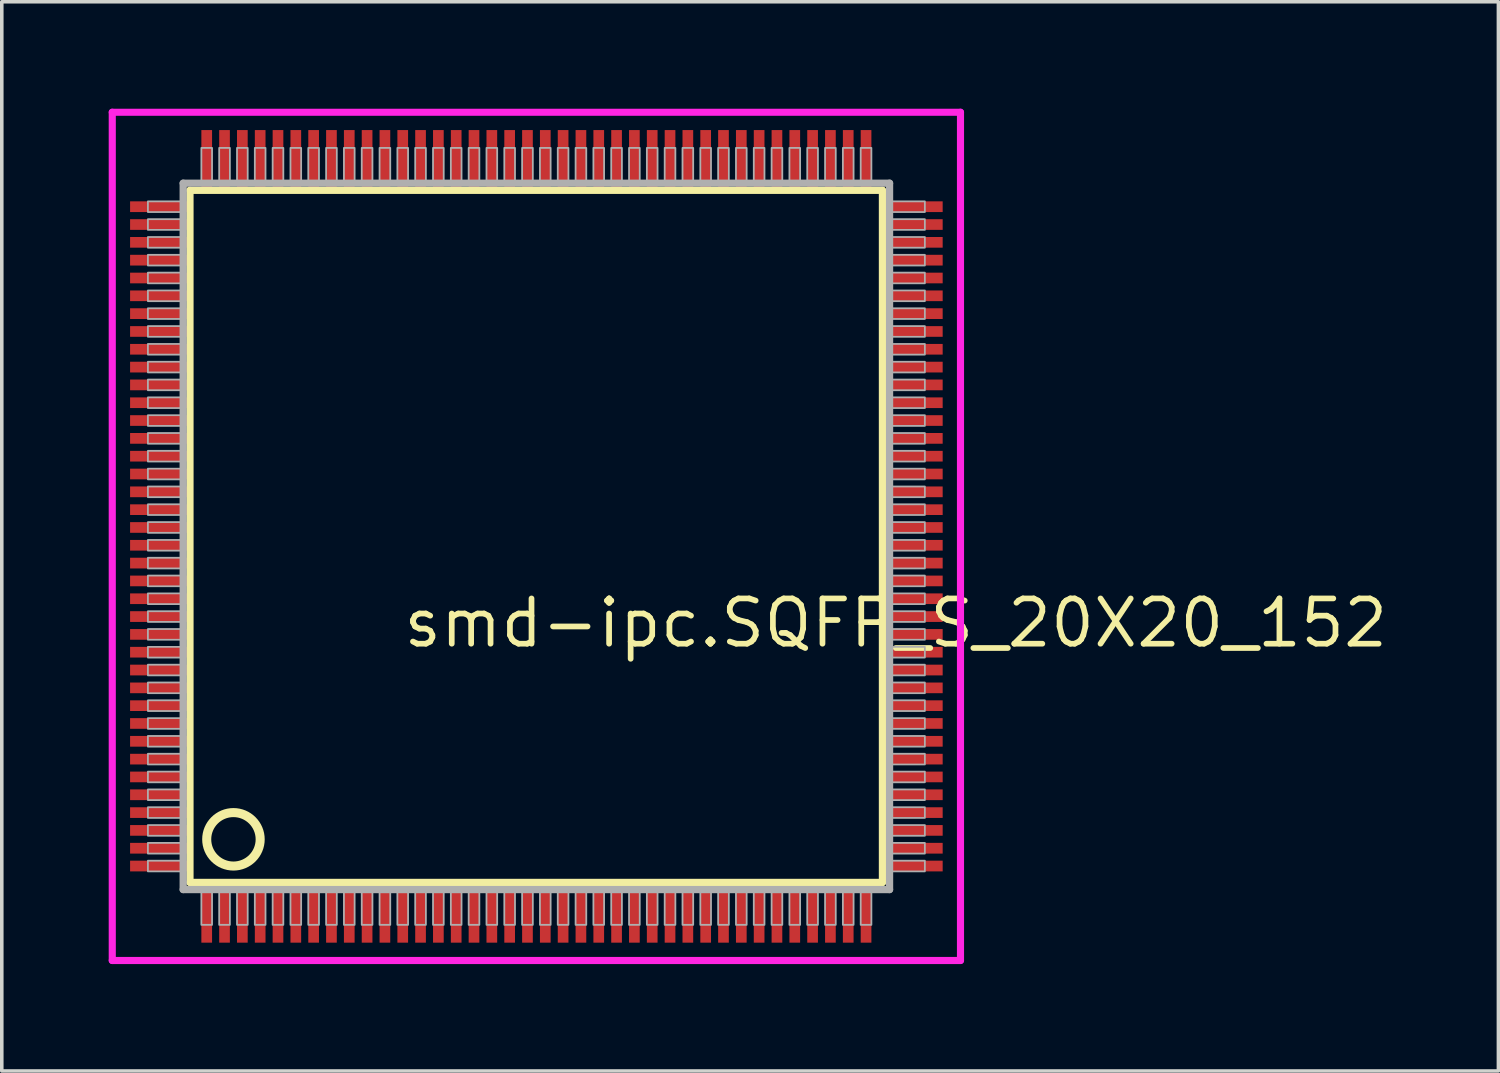
<source format=kicad_pcb>
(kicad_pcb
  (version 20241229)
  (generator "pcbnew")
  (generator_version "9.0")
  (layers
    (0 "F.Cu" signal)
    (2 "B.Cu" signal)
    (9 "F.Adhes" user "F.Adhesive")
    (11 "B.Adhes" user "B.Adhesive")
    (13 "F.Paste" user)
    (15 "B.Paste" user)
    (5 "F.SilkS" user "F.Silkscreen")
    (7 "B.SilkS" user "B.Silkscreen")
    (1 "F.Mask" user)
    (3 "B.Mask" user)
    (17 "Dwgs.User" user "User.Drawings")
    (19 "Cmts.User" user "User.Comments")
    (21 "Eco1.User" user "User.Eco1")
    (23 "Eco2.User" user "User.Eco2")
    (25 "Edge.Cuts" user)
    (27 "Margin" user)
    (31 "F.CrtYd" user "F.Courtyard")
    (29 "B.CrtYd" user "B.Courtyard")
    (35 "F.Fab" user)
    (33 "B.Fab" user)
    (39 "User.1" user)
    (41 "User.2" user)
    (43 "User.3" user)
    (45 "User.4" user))
  (footprint "smd-ipc.SQFP_S_20X20_152"
    (layer "F.Cu")
    (at 12 12)
    (property "Reference" "smd-ipc.SQFP_S_20X20_152" (at -3.81 3.175 0) (layer "F.SilkS") (effects (font (size 1.27 1.27) (thickness 0.16)) (justify left bottom)))
    (attr smd)
    (fp_line (start -9.72 -9.71) (end 9.71 -9.71) (stroke (width 0.203) (type default)) (layer "F.SilkS"))
    (fp_line (start -9.72 9.71) (end -9.72 -9.71) (stroke (width 0.203) (type default)) (layer "F.SilkS"))
    (fp_line (start 9.71 9.71) (end -9.72 9.71) (stroke (width 0.203) (type default)) (layer "F.SilkS"))
    (fp_line (start 9.71 -9.71) (end 9.71 9.71) (stroke (width 0.203) (type default)) (layer "F.SilkS"))
    (fp_circle (center -8.5 8.5) (end -7.75 8.5) (stroke (width 0.254) (type default)) (fill no) (layer "F.SilkS"))
    (fp_line (start -11.9 -11.9) (end 11.9 -11.9) (stroke (width 0.2) (type default)) (layer "F.CrtYd"))
    (fp_line (start -11.9 11.9) (end -11.9 -11.9) (stroke (width 0.2) (type default)) (layer "F.CrtYd"))
    (fp_line (start 11.9 -11.9) (end 11.9 11.9) (stroke (width 0.2) (type default)) (layer "F.CrtYd"))
    (fp_line (start 11.9 11.9) (end -11.9 11.9) (stroke (width 0.2) (type default)) (layer "F.CrtYd"))
    (fp_line (start -9.91 -9.91) (end -9.91 9.91) (stroke (width 0.203) (type default)) (layer "F.Fab"))
    (fp_line (start -9.91 9.91) (end 9.91 9.91) (stroke (width 0.203) (type default)) (layer "F.Fab"))
    (fp_line (start 9.91 -9.91) (end -9.91 -9.91) (stroke (width 0.203) (type default)) (layer "F.Fab"))
    (fp_line (start 9.91 9.91) (end 9.91 -9.91) (stroke (width 0.203) (type default)) (layer "F.Fab"))
    (fp_rect (start -10.9 -9.1) (end -9.95 -9.4) (stroke (width 0.05) (type default)) (fill no) (layer "F.Fab"))
    (fp_rect (start -10.9 -8.6) (end -9.95 -8.9) (stroke (width 0.05) (type default)) (fill no) (layer "F.Fab"))
    (fp_rect (start -10.9 -8.1) (end -9.95 -8.4) (stroke (width 0.05) (type default)) (fill no) (layer "F.Fab"))
    (fp_rect (start -10.9 -7.6) (end -9.95 -7.9) (stroke (width 0.05) (type default)) (fill no) (layer "F.Fab"))
    (fp_rect (start -10.9 -7.1) (end -9.95 -7.4) (stroke (width 0.05) (type default)) (fill no) (layer "F.Fab"))
    (fp_rect (start -10.9 -6.6) (end -9.95 -6.9) (stroke (width 0.05) (type default)) (fill no) (layer "F.Fab"))
    (fp_rect (start -10.9 -6.1) (end -9.95 -6.4) (stroke (width 0.05) (type default)) (fill no) (layer "F.Fab"))
    (fp_rect (start -10.9 -5.6) (end -9.95 -5.9) (stroke (width 0.05) (type default)) (fill no) (layer "F.Fab"))
    (fp_rect (start -10.9 -5.1) (end -9.95 -5.4) (stroke (width 0.05) (type default)) (fill no) (layer "F.Fab"))
    (fp_rect (start -10.9 -4.6) (end -9.95 -4.9) (stroke (width 0.05) (type default)) (fill no) (layer "F.Fab"))
    (fp_rect (start -10.9 -4.1) (end -9.95 -4.4) (stroke (width 0.05) (type default)) (fill no) (layer "F.Fab"))
    (fp_rect (start -10.9 -3.6) (end -9.95 -3.9) (stroke (width 0.05) (type default)) (fill no) (layer "F.Fab"))
    (fp_rect (start -10.9 -3.1) (end -9.95 -3.4) (stroke (width 0.05) (type default)) (fill no) (layer "F.Fab"))
    (fp_rect (start -10.9 -2.6) (end -9.95 -2.9) (stroke (width 0.05) (type default)) (fill no) (layer "F.Fab"))
    (fp_rect (start -10.9 -2.1) (end -9.95 -2.4) (stroke (width 0.05) (type default)) (fill no) (layer "F.Fab"))
    (fp_rect (start -10.9 -1.6) (end -9.95 -1.9) (stroke (width 0.05) (type default)) (fill no) (layer "F.Fab"))
    (fp_rect (start -10.9 -1.1) (end -9.95 -1.4) (stroke (width 0.05) (type default)) (fill no) (layer "F.Fab"))
    (fp_rect (start -10.9 -0.6) (end -9.95 -0.9) (stroke (width 0.05) (type default)) (fill no) (layer "F.Fab"))
    (fp_rect (start -10.9 -0.1) (end -9.95 -0.4) (stroke (width 0.05) (type default)) (fill no) (layer "F.Fab"))
    (fp_rect (start -10.9 0.4) (end -9.95 0.1) (stroke (width 0.05) (type default)) (fill no) (layer "F.Fab"))
    (fp_rect (start -10.9 0.9) (end -9.95 0.6) (stroke (width 0.05) (type default)) (fill no) (layer "F.Fab"))
    (fp_rect (start -10.9 1.4) (end -9.95 1.1) (stroke (width 0.05) (type default)) (fill no) (layer "F.Fab"))
    (fp_rect (start -10.9 1.9) (end -9.95 1.6) (stroke (width 0.05) (type default)) (fill no) (layer "F.Fab"))
    (fp_rect (start -10.9 2.4) (end -9.95 2.1) (stroke (width 0.05) (type default)) (fill no) (layer "F.Fab"))
    (fp_rect (start -10.9 2.9) (end -9.95 2.6) (stroke (width 0.05) (type default)) (fill no) (layer "F.Fab"))
    (fp_rect (start -10.9 3.4) (end -9.95 3.1) (stroke (width 0.05) (type default)) (fill no) (layer "F.Fab"))
    (fp_rect (start -10.9 3.9) (end -9.95 3.6) (stroke (width 0.05) (type default)) (fill no) (layer "F.Fab"))
    (fp_rect (start -10.9 4.4) (end -9.95 4.1) (stroke (width 0.05) (type default)) (fill no) (layer "F.Fab"))
    (fp_rect (start -10.9 4.9) (end -9.95 4.6) (stroke (width 0.05) (type default)) (fill no) (layer "F.Fab"))
    (fp_rect (start -10.9 5.4) (end -9.95 5.1) (stroke (width 0.05) (type default)) (fill no) (layer "F.Fab"))
    (fp_rect (start -10.9 5.9) (end -9.95 5.6) (stroke (width 0.05) (type default)) (fill no) (layer "F.Fab"))
    (fp_rect (start -10.9 6.4) (end -9.95 6.1) (stroke (width 0.05) (type default)) (fill no) (layer "F.Fab"))
    (fp_rect (start -10.9 6.9) (end -9.95 6.6) (stroke (width 0.05) (type default)) (fill no) (layer "F.Fab"))
    (fp_rect (start -10.9 7.4) (end -9.95 7.1) (stroke (width 0.05) (type default)) (fill no) (layer "F.Fab"))
    (fp_rect (start -10.9 7.9) (end -9.95 7.6) (stroke (width 0.05) (type default)) (fill no) (layer "F.Fab"))
    (fp_rect (start -10.9 8.4) (end -9.95 8.1) (stroke (width 0.05) (type default)) (fill no) (layer "F.Fab"))
    (fp_rect (start -10.9 8.9) (end -9.95 8.6) (stroke (width 0.05) (type default)) (fill no) (layer "F.Fab"))
    (fp_rect (start -10.9 9.4) (end -9.95 9.1) (stroke (width 0.05) (type default)) (fill no) (layer "F.Fab"))
    (fp_rect (start -9.4 -9.95) (end -9.1 -10.9) (stroke (width 0.05) (type default)) (fill no) (layer "F.Fab"))
    (fp_rect (start -9.4 10.9) (end -9.1 9.95) (stroke (width 0.05) (type default)) (fill no) (layer "F.Fab"))
    (fp_rect (start -8.9 -9.95) (end -8.6 -10.9) (stroke (width 0.05) (type default)) (fill no) (layer "F.Fab"))
    (fp_rect (start -8.9 10.9) (end -8.6 9.95) (stroke (width 0.05) (type default)) (fill no) (layer "F.Fab"))
    (fp_rect (start -8.4 -9.95) (end -8.1 -10.9) (stroke (width 0.05) (type default)) (fill no) (layer "F.Fab"))
    (fp_rect (start -8.4 10.9) (end -8.1 9.95) (stroke (width 0.05) (type default)) (fill no) (layer "F.Fab"))
    (fp_rect (start -7.9 -9.95) (end -7.6 -10.9) (stroke (width 0.05) (type default)) (fill no) (layer "F.Fab"))
    (fp_rect (start -7.9 10.9) (end -7.6 9.95) (stroke (width 0.05) (type default)) (fill no) (layer "F.Fab"))
    (fp_rect (start -7.4 -9.95) (end -7.1 -10.9) (stroke (width 0.05) (type default)) (fill no) (layer "F.Fab"))
    (fp_rect (start -7.4 10.9) (end -7.1 9.95) (stroke (width 0.05) (type default)) (fill no) (layer "F.Fab"))
    (fp_rect (start -6.9 -9.95) (end -6.6 -10.9) (stroke (width 0.05) (type default)) (fill no) (layer "F.Fab"))
    (fp_rect (start -6.9 10.9) (end -6.6 9.95) (stroke (width 0.05) (type default)) (fill no) (layer "F.Fab"))
    (fp_rect (start -6.4 -9.95) (end -6.1 -10.9) (stroke (width 0.05) (type default)) (fill no) (layer "F.Fab"))
    (fp_rect (start -6.4 10.9) (end -6.1 9.95) (stroke (width 0.05) (type default)) (fill no) (layer "F.Fab"))
    (fp_rect (start -5.9 -9.95) (end -5.6 -10.9) (stroke (width 0.05) (type default)) (fill no) (layer "F.Fab"))
    (fp_rect (start -5.9 10.9) (end -5.6 9.95) (stroke (width 0.05) (type default)) (fill no) (layer "F.Fab"))
    (fp_rect (start -5.4 -9.95) (end -5.1 -10.9) (stroke (width 0.05) (type default)) (fill no) (layer "F.Fab"))
    (fp_rect (start -5.4 10.9) (end -5.1 9.95) (stroke (width 0.05) (type default)) (fill no) (layer "F.Fab"))
    (fp_rect (start -4.9 -9.95) (end -4.6 -10.9) (stroke (width 0.05) (type default)) (fill no) (layer "F.Fab"))
    (fp_rect (start -4.9 10.9) (end -4.6 9.95) (stroke (width 0.05) (type default)) (fill no) (layer "F.Fab"))
    (fp_rect (start -4.4 -9.95) (end -4.1 -10.9) (stroke (width 0.05) (type default)) (fill no) (layer "F.Fab"))
    (fp_rect (start -4.4 10.9) (end -4.1 9.95) (stroke (width 0.05) (type default)) (fill no) (layer "F.Fab"))
    (fp_rect (start -3.9 -9.95) (end -3.6 -10.9) (stroke (width 0.05) (type default)) (fill no) (layer "F.Fab"))
    (fp_rect (start -3.9 10.9) (end -3.6 9.95) (stroke (width 0.05) (type default)) (fill no) (layer "F.Fab"))
    (fp_rect (start -3.4 -9.95) (end -3.1 -10.9) (stroke (width 0.05) (type default)) (fill no) (layer "F.Fab"))
    (fp_rect (start -3.4 10.9) (end -3.1 9.95) (stroke (width 0.05) (type default)) (fill no) (layer "F.Fab"))
    (fp_rect (start -2.9 -9.95) (end -2.6 -10.9) (stroke (width 0.05) (type default)) (fill no) (layer "F.Fab"))
    (fp_rect (start -2.9 10.9) (end -2.6 9.95) (stroke (width 0.05) (type default)) (fill no) (layer "F.Fab"))
    (fp_rect (start -2.4 -9.95) (end -2.1 -10.9) (stroke (width 0.05) (type default)) (fill no) (layer "F.Fab"))
    (fp_rect (start -2.4 10.9) (end -2.1 9.95) (stroke (width 0.05) (type default)) (fill no) (layer "F.Fab"))
    (fp_rect (start -1.9 -9.95) (end -1.6 -10.9) (stroke (width 0.05) (type default)) (fill no) (layer "F.Fab"))
    (fp_rect (start -1.9 10.9) (end -1.6 9.95) (stroke (width 0.05) (type default)) (fill no) (layer "F.Fab"))
    (fp_rect (start -1.4 -9.95) (end -1.1 -10.9) (stroke (width 0.05) (type default)) (fill no) (layer "F.Fab"))
    (fp_rect (start -1.4 10.9) (end -1.1 9.95) (stroke (width 0.05) (type default)) (fill no) (layer "F.Fab"))
    (fp_rect (start -0.9 -9.95) (end -0.6 -10.9) (stroke (width 0.05) (type default)) (fill no) (layer "F.Fab"))
    (fp_rect (start -0.9 10.9) (end -0.6 9.95) (stroke (width 0.05) (type default)) (fill no) (layer "F.Fab"))
    (fp_rect (start -0.4 -9.95) (end -0.1 -10.9) (stroke (width 0.05) (type default)) (fill no) (layer "F.Fab"))
    (fp_rect (start -0.4 10.9) (end -0.1 9.95) (stroke (width 0.05) (type default)) (fill no) (layer "F.Fab"))
    (fp_rect (start 0.1 -9.95) (end 0.4 -10.9) (stroke (width 0.05) (type default)) (fill no) (layer "F.Fab"))
    (fp_rect (start 0.1 10.9) (end 0.4 9.95) (stroke (width 0.05) (type default)) (fill no) (layer "F.Fab"))
    (fp_rect (start 0.6 -9.95) (end 0.9 -10.9) (stroke (width 0.05) (type default)) (fill no) (layer "F.Fab"))
    (fp_rect (start 0.6 10.9) (end 0.9 9.95) (stroke (width 0.05) (type default)) (fill no) (layer "F.Fab"))
    (fp_rect (start 1.1 -9.95) (end 1.4 -10.9) (stroke (width 0.05) (type default)) (fill no) (layer "F.Fab"))
    (fp_rect (start 1.1 10.9) (end 1.4 9.95) (stroke (width 0.05) (type default)) (fill no) (layer "F.Fab"))
    (fp_rect (start 1.6 -9.95) (end 1.9 -10.9) (stroke (width 0.05) (type default)) (fill no) (layer "F.Fab"))
    (fp_rect (start 1.6 10.9) (end 1.9 9.95) (stroke (width 0.05) (type default)) (fill no) (layer "F.Fab"))
    (fp_rect (start 2.1 -9.95) (end 2.4 -10.9) (stroke (width 0.05) (type default)) (fill no) (layer "F.Fab"))
    (fp_rect (start 2.1 10.9) (end 2.4 9.95) (stroke (width 0.05) (type default)) (fill no) (layer "F.Fab"))
    (fp_rect (start 2.6 -9.95) (end 2.9 -10.9) (stroke (width 0.05) (type default)) (fill no) (layer "F.Fab"))
    (fp_rect (start 2.6 10.9) (end 2.9 9.95) (stroke (width 0.05) (type default)) (fill no) (layer "F.Fab"))
    (fp_rect (start 3.1 -9.95) (end 3.4 -10.9) (stroke (width 0.05) (type default)) (fill no) (layer "F.Fab"))
    (fp_rect (start 3.1 10.9) (end 3.4 9.95) (stroke (width 0.05) (type default)) (fill no) (layer "F.Fab"))
    (fp_rect (start 3.6 -9.95) (end 3.9 -10.9) (stroke (width 0.05) (type default)) (fill no) (layer "F.Fab"))
    (fp_rect (start 3.6 10.9) (end 3.9 9.95) (stroke (width 0.05) (type default)) (fill no) (layer "F.Fab"))
    (fp_rect (start 4.1 -9.95) (end 4.4 -10.9) (stroke (width 0.05) (type default)) (fill no) (layer "F.Fab"))
    (fp_rect (start 4.1 10.9) (end 4.4 9.95) (stroke (width 0.05) (type default)) (fill no) (layer "F.Fab"))
    (fp_rect (start 4.6 -9.95) (end 4.9 -10.9) (stroke (width 0.05) (type default)) (fill no) (layer "F.Fab"))
    (fp_rect (start 4.6 10.9) (end 4.9 9.95) (stroke (width 0.05) (type default)) (fill no) (layer "F.Fab"))
    (fp_rect (start 5.1 -9.95) (end 5.4 -10.9) (stroke (width 0.05) (type default)) (fill no) (layer "F.Fab"))
    (fp_rect (start 5.1 10.9) (end 5.4 9.95) (stroke (width 0.05) (type default)) (fill no) (layer "F.Fab"))
    (fp_rect (start 5.6 -9.95) (end 5.9 -10.9) (stroke (width 0.05) (type default)) (fill no) (layer "F.Fab"))
    (fp_rect (start 5.6 10.9) (end 5.9 9.95) (stroke (width 0.05) (type default)) (fill no) (layer "F.Fab"))
    (fp_rect (start 6.1 -9.95) (end 6.4 -10.9) (stroke (width 0.05) (type default)) (fill no) (layer "F.Fab"))
    (fp_rect (start 6.1 10.9) (end 6.4 9.95) (stroke (width 0.05) (type default)) (fill no) (layer "F.Fab"))
    (fp_rect (start 6.6 -9.95) (end 6.9 -10.9) (stroke (width 0.05) (type default)) (fill no) (layer "F.Fab"))
    (fp_rect (start 6.6 10.9) (end 6.9 9.95) (stroke (width 0.05) (type default)) (fill no) (layer "F.Fab"))
    (fp_rect (start 7.1 -9.95) (end 7.4 -10.9) (stroke (width 0.05) (type default)) (fill no) (layer "F.Fab"))
    (fp_rect (start 7.1 10.9) (end 7.4 9.95) (stroke (width 0.05) (type default)) (fill no) (layer "F.Fab"))
    (fp_rect (start 7.6 -9.95) (end 7.9 -10.9) (stroke (width 0.05) (type default)) (fill no) (layer "F.Fab"))
    (fp_rect (start 7.6 10.9) (end 7.9 9.95) (stroke (width 0.05) (type default)) (fill no) (layer "F.Fab"))
    (fp_rect (start 8.1 -9.95) (end 8.4 -10.9) (stroke (width 0.05) (type default)) (fill no) (layer "F.Fab"))
    (fp_rect (start 8.1 10.9) (end 8.4 9.95) (stroke (width 0.05) (type default)) (fill no) (layer "F.Fab"))
    (fp_rect (start 8.6 -9.95) (end 8.9 -10.9) (stroke (width 0.05) (type default)) (fill no) (layer "F.Fab"))
    (fp_rect (start 8.6 10.9) (end 8.9 9.95) (stroke (width 0.05) (type default)) (fill no) (layer "F.Fab"))
    (fp_rect (start 9.1 -9.95) (end 9.4 -10.9) (stroke (width 0.05) (type default)) (fill no) (layer "F.Fab"))
    (fp_rect (start 9.1 10.9) (end 9.4 9.95) (stroke (width 0.05) (type default)) (fill no) (layer "F.Fab"))
    (fp_rect (start 9.95 -9.1) (end 10.9 -9.4) (stroke (width 0.05) (type default)) (fill no) (layer "F.Fab"))
    (fp_rect (start 9.95 -8.6) (end 10.9 -8.9) (stroke (width 0.05) (type default)) (fill no) (layer "F.Fab"))
    (fp_rect (start 9.95 -8.1) (end 10.9 -8.4) (stroke (width 0.05) (type default)) (fill no) (layer "F.Fab"))
    (fp_rect (start 9.95 -7.6) (end 10.9 -7.9) (stroke (width 0.05) (type default)) (fill no) (layer "F.Fab"))
    (fp_rect (start 9.95 -7.1) (end 10.9 -7.4) (stroke (width 0.05) (type default)) (fill no) (layer "F.Fab"))
    (fp_rect (start 9.95 -6.6) (end 10.9 -6.9) (stroke (width 0.05) (type default)) (fill no) (layer "F.Fab"))
    (fp_rect (start 9.95 -6.1) (end 10.9 -6.4) (stroke (width 0.05) (type default)) (fill no) (layer "F.Fab"))
    (fp_rect (start 9.95 -5.6) (end 10.9 -5.9) (stroke (width 0.05) (type default)) (fill no) (layer "F.Fab"))
    (fp_rect (start 9.95 -5.1) (end 10.9 -5.4) (stroke (width 0.05) (type default)) (fill no) (layer "F.Fab"))
    (fp_rect (start 9.95 -4.6) (end 10.9 -4.9) (stroke (width 0.05) (type default)) (fill no) (layer "F.Fab"))
    (fp_rect (start 9.95 -4.1) (end 10.9 -4.4) (stroke (width 0.05) (type default)) (fill no) (layer "F.Fab"))
    (fp_rect (start 9.95 -3.6) (end 10.9 -3.9) (stroke (width 0.05) (type default)) (fill no) (layer "F.Fab"))
    (fp_rect (start 9.95 -3.1) (end 10.9 -3.4) (stroke (width 0.05) (type default)) (fill no) (layer "F.Fab"))
    (fp_rect (start 9.95 -2.6) (end 10.9 -2.9) (stroke (width 0.05) (type default)) (fill no) (layer "F.Fab"))
    (fp_rect (start 9.95 -2.1) (end 10.9 -2.4) (stroke (width 0.05) (type default)) (fill no) (layer "F.Fab"))
    (fp_rect (start 9.95 -1.6) (end 10.9 -1.9) (stroke (width 0.05) (type default)) (fill no) (layer "F.Fab"))
    (fp_rect (start 9.95 -1.1) (end 10.9 -1.4) (stroke (width 0.05) (type default)) (fill no) (layer "F.Fab"))
    (fp_rect (start 9.95 -0.6) (end 10.9 -0.9) (stroke (width 0.05) (type default)) (fill no) (layer "F.Fab"))
    (fp_rect (start 9.95 -0.1) (end 10.9 -0.4) (stroke (width 0.05) (type default)) (fill no) (layer "F.Fab"))
    (fp_rect (start 9.95 0.4) (end 10.9 0.1) (stroke (width 0.05) (type default)) (fill no) (layer "F.Fab"))
    (fp_rect (start 9.95 0.9) (end 10.9 0.6) (stroke (width 0.05) (type default)) (fill no) (layer "F.Fab"))
    (fp_rect (start 9.95 1.4) (end 10.9 1.1) (stroke (width 0.05) (type default)) (fill no) (layer "F.Fab"))
    (fp_rect (start 9.95 1.9) (end 10.9 1.6) (stroke (width 0.05) (type default)) (fill no) (layer "F.Fab"))
    (fp_rect (start 9.95 2.4) (end 10.9 2.1) (stroke (width 0.05) (type default)) (fill no) (layer "F.Fab"))
    (fp_rect (start 9.95 2.9) (end 10.9 2.6) (stroke (width 0.05) (type default)) (fill no) (layer "F.Fab"))
    (fp_rect (start 9.95 3.4) (end 10.9 3.1) (stroke (width 0.05) (type default)) (fill no) (layer "F.Fab"))
    (fp_rect (start 9.95 3.9) (end 10.9 3.6) (stroke (width 0.05) (type default)) (fill no) (layer "F.Fab"))
    (fp_rect (start 9.95 4.4) (end 10.9 4.1) (stroke (width 0.05) (type default)) (fill no) (layer "F.Fab"))
    (fp_rect (start 9.95 4.9) (end 10.9 4.6) (stroke (width 0.05) (type default)) (fill no) (layer "F.Fab"))
    (fp_rect (start 9.95 5.4) (end 10.9 5.1) (stroke (width 0.05) (type default)) (fill no) (layer "F.Fab"))
    (fp_rect (start 9.95 5.9) (end 10.9 5.6) (stroke (width 0.05) (type default)) (fill no) (layer "F.Fab"))
    (fp_rect (start 9.95 6.4) (end 10.9 6.1) (stroke (width 0.05) (type default)) (fill no) (layer "F.Fab"))
    (fp_rect (start 9.95 6.9) (end 10.9 6.6) (stroke (width 0.05) (type default)) (fill no) (layer "F.Fab"))
    (fp_rect (start 9.95 7.4) (end 10.9 7.1) (stroke (width 0.05) (type default)) (fill no) (layer "F.Fab"))
    (fp_rect (start 9.95 7.9) (end 10.9 7.6) (stroke (width 0.05) (type default)) (fill no) (layer "F.Fab"))
    (fp_rect (start 9.95 8.4) (end 10.9 8.1) (stroke (width 0.05) (type default)) (fill no) (layer "F.Fab"))
    (fp_rect (start 9.95 8.9) (end 10.9 8.6) (stroke (width 0.05) (type default)) (fill no) (layer "F.Fab"))
    (fp_rect (start 9.95 9.4) (end 10.9 9.1) (stroke (width 0.05) (type default)) (fill no) (layer "F.Fab"))
    (pad "1" smd roundrect (at -9.25 10.6) (size 0.3 1.6) (layers "F.Cu" "F.Mask" "F.Paste") (roundrect_rratio 0.01))
    (pad "2" smd roundrect (at -8.75 10.6) (size 0.3 1.6) (layers "F.Cu" "F.Mask" "F.Paste") (roundrect_rratio 0.01))
    (pad "3" smd roundrect (at -8.25 10.6) (size 0.3 1.6) (layers "F.Cu" "F.Mask" "F.Paste") (roundrect_rratio 0.01))
    (pad "4" smd roundrect (at -7.75 10.6) (size 0.3 1.6) (layers "F.Cu" "F.Mask" "F.Paste") (roundrect_rratio 0.01))
    (pad "5" smd roundrect (at -7.25 10.6) (size 0.3 1.6) (layers "F.Cu" "F.Mask" "F.Paste") (roundrect_rratio 0.01))
    (pad "6" smd roundrect (at -6.75 10.6) (size 0.3 1.6) (layers "F.Cu" "F.Mask" "F.Paste") (roundrect_rratio 0.01))
    (pad "7" smd roundrect (at -6.25 10.6) (size 0.3 1.6) (layers "F.Cu" "F.Mask" "F.Paste") (roundrect_rratio 0.01))
    (pad "8" smd roundrect (at -5.75 10.6) (size 0.3 1.6) (layers "F.Cu" "F.Mask" "F.Paste") (roundrect_rratio 0.01))
    (pad "9" smd roundrect (at -5.25 10.6) (size 0.3 1.6) (layers "F.Cu" "F.Mask" "F.Paste") (roundrect_rratio 0.01))
    (pad "10" smd roundrect (at -4.75 10.6) (size 0.3 1.6) (layers "F.Cu" "F.Mask" "F.Paste") (roundrect_rratio 0.01))
    (pad "11" smd roundrect (at -4.25 10.6) (size 0.3 1.6) (layers "F.Cu" "F.Mask" "F.Paste") (roundrect_rratio 0.01))
    (pad "12" smd roundrect (at -3.75 10.6) (size 0.3 1.6) (layers "F.Cu" "F.Mask" "F.Paste") (roundrect_rratio 0.01))
    (pad "13" smd roundrect (at -3.25 10.6) (size 0.3 1.6) (layers "F.Cu" "F.Mask" "F.Paste") (roundrect_rratio 0.01))
    (pad "14" smd roundrect (at -2.75 10.6) (size 0.3 1.6) (layers "F.Cu" "F.Mask" "F.Paste") (roundrect_rratio 0.01))
    (pad "15" smd roundrect (at -2.25 10.6) (size 0.3 1.6) (layers "F.Cu" "F.Mask" "F.Paste") (roundrect_rratio 0.01))
    (pad "16" smd roundrect (at -1.75 10.6) (size 0.3 1.6) (layers "F.Cu" "F.Mask" "F.Paste") (roundrect_rratio 0.01))
    (pad "17" smd roundrect (at -1.25 10.6) (size 0.3 1.6) (layers "F.Cu" "F.Mask" "F.Paste") (roundrect_rratio 0.01))
    (pad "18" smd roundrect (at -0.75 10.6) (size 0.3 1.6) (layers "F.Cu" "F.Mask" "F.Paste") (roundrect_rratio 0.01))
    (pad "19" smd roundrect (at -0.25 10.6) (size 0.3 1.6) (layers "F.Cu" "F.Mask" "F.Paste") (roundrect_rratio 0.01))
    (pad "20" smd roundrect (at 0.25 10.6) (size 0.3 1.6) (layers "F.Cu" "F.Mask" "F.Paste") (roundrect_rratio 0.01))
    (pad "21" smd roundrect (at 0.75 10.6) (size 0.3 1.6) (layers "F.Cu" "F.Mask" "F.Paste") (roundrect_rratio 0.01))
    (pad "22" smd roundrect (at 1.25 10.6) (size 0.3 1.6) (layers "F.Cu" "F.Mask" "F.Paste") (roundrect_rratio 0.01))
    (pad "23" smd roundrect (at 1.75 10.6) (size 0.3 1.6) (layers "F.Cu" "F.Mask" "F.Paste") (roundrect_rratio 0.01))
    (pad "24" smd roundrect (at 2.25 10.6) (size 0.3 1.6) (layers "F.Cu" "F.Mask" "F.Paste") (roundrect_rratio 0.01))
    (pad "25" smd roundrect (at 2.75 10.6) (size 0.3 1.6) (layers "F.Cu" "F.Mask" "F.Paste") (roundrect_rratio 0.01))
    (pad "26" smd roundrect (at 3.25 10.6) (size 0.3 1.6) (layers "F.Cu" "F.Mask" "F.Paste") (roundrect_rratio 0.01))
    (pad "27" smd roundrect (at 3.75 10.6) (size 0.3 1.6) (layers "F.Cu" "F.Mask" "F.Paste") (roundrect_rratio 0.01))
    (pad "28" smd roundrect (at 4.25 10.6) (size 0.3 1.6) (layers "F.Cu" "F.Mask" "F.Paste") (roundrect_rratio 0.01))
    (pad "29" smd roundrect (at 4.75 10.6) (size 0.3 1.6) (layers "F.Cu" "F.Mask" "F.Paste") (roundrect_rratio 0.01))
    (pad "30" smd roundrect (at 5.25 10.6) (size 0.3 1.6) (layers "F.Cu" "F.Mask" "F.Paste") (roundrect_rratio 0.01))
    (pad "31" smd roundrect (at 5.75 10.6) (size 0.3 1.6) (layers "F.Cu" "F.Mask" "F.Paste") (roundrect_rratio 0.01))
    (pad "32" smd roundrect (at 6.25 10.6) (size 0.3 1.6) (layers "F.Cu" "F.Mask" "F.Paste") (roundrect_rratio 0.01))
    (pad "33" smd roundrect (at 6.75 10.6) (size 0.3 1.6) (layers "F.Cu" "F.Mask" "F.Paste") (roundrect_rratio 0.01))
    (pad "34" smd roundrect (at 7.25 10.6) (size 0.3 1.6) (layers "F.Cu" "F.Mask" "F.Paste") (roundrect_rratio 0.01))
    (pad "35" smd roundrect (at 7.75 10.6) (size 0.3 1.6) (layers "F.Cu" "F.Mask" "F.Paste") (roundrect_rratio 0.01))
    (pad "36" smd roundrect (at 8.25 10.6) (size 0.3 1.6) (layers "F.Cu" "F.Mask" "F.Paste") (roundrect_rratio 0.01))
    (pad "37" smd roundrect (at 8.75 10.6) (size 0.3 1.6) (layers "F.Cu" "F.Mask" "F.Paste") (roundrect_rratio 0.01))
    (pad "38" smd roundrect (at 9.25 10.6) (size 0.3 1.6) (layers "F.Cu" "F.Mask" "F.Paste") (roundrect_rratio 0.01))
    (pad "39" smd roundrect (at 10.6 9.25) (size 1.6 0.3) (layers "F.Cu" "F.Mask" "F.Paste") (roundrect_rratio 0.01))
    (pad "40" smd roundrect (at 10.6 8.75) (size 1.6 0.3) (layers "F.Cu" "F.Mask" "F.Paste") (roundrect_rratio 0.01))
    (pad "41" smd roundrect (at 10.6 8.25) (size 1.6 0.3) (layers "F.Cu" "F.Mask" "F.Paste") (roundrect_rratio 0.01))
    (pad "42" smd roundrect (at 10.6 7.75) (size 1.6 0.3) (layers "F.Cu" "F.Mask" "F.Paste") (roundrect_rratio 0.01))
    (pad "43" smd roundrect (at 10.6 7.25) (size 1.6 0.3) (layers "F.Cu" "F.Mask" "F.Paste") (roundrect_rratio 0.01))
    (pad "44" smd roundrect (at 10.6 6.75) (size 1.6 0.3) (layers "F.Cu" "F.Mask" "F.Paste") (roundrect_rratio 0.01))
    (pad "45" smd roundrect (at 10.6 6.25) (size 1.6 0.3) (layers "F.Cu" "F.Mask" "F.Paste") (roundrect_rratio 0.01))
    (pad "46" smd roundrect (at 10.6 5.75) (size 1.6 0.3) (layers "F.Cu" "F.Mask" "F.Paste") (roundrect_rratio 0.01))
    (pad "47" smd roundrect (at 10.6 5.25) (size 1.6 0.3) (layers "F.Cu" "F.Mask" "F.Paste") (roundrect_rratio 0.01))
    (pad "48" smd roundrect (at 10.6 4.75) (size 1.6 0.3) (layers "F.Cu" "F.Mask" "F.Paste") (roundrect_rratio 0.01))
    (pad "49" smd roundrect (at 10.6 4.25) (size 1.6 0.3) (layers "F.Cu" "F.Mask" "F.Paste") (roundrect_rratio 0.01))
    (pad "50" smd roundrect (at 10.6 3.75) (size 1.6 0.3) (layers "F.Cu" "F.Mask" "F.Paste") (roundrect_rratio 0.01))
    (pad "51" smd roundrect (at 10.6 3.25) (size 1.6 0.3) (layers "F.Cu" "F.Mask" "F.Paste") (roundrect_rratio 0.01))
    (pad "52" smd roundrect (at 10.6 2.75) (size 1.6 0.3) (layers "F.Cu" "F.Mask" "F.Paste") (roundrect_rratio 0.01))
    (pad "53" smd roundrect (at 10.6 2.25) (size 1.6 0.3) (layers "F.Cu" "F.Mask" "F.Paste") (roundrect_rratio 0.01))
    (pad "54" smd roundrect (at 10.6 1.75) (size 1.6 0.3) (layers "F.Cu" "F.Mask" "F.Paste") (roundrect_rratio 0.01))
    (pad "55" smd roundrect (at 10.6 1.25) (size 1.6 0.3) (layers "F.Cu" "F.Mask" "F.Paste") (roundrect_rratio 0.01))
    (pad "56" smd roundrect (at 10.6 0.75) (size 1.6 0.3) (layers "F.Cu" "F.Mask" "F.Paste") (roundrect_rratio 0.01))
    (pad "57" smd roundrect (at 10.6 0.25) (size 1.6 0.3) (layers "F.Cu" "F.Mask" "F.Paste") (roundrect_rratio 0.01))
    (pad "58" smd roundrect (at 10.6 -0.25) (size 1.6 0.3) (layers "F.Cu" "F.Mask" "F.Paste") (roundrect_rratio 0.01))
    (pad "59" smd roundrect (at 10.6 -0.75) (size 1.6 0.3) (layers "F.Cu" "F.Mask" "F.Paste") (roundrect_rratio 0.01))
    (pad "60" smd roundrect (at 10.6 -1.25) (size 1.6 0.3) (layers "F.Cu" "F.Mask" "F.Paste") (roundrect_rratio 0.01))
    (pad "61" smd roundrect (at 10.6 -1.75) (size 1.6 0.3) (layers "F.Cu" "F.Mask" "F.Paste") (roundrect_rratio 0.01))
    (pad "62" smd roundrect (at 10.6 -2.25) (size 1.6 0.3) (layers "F.Cu" "F.Mask" "F.Paste") (roundrect_rratio 0.01))
    (pad "63" smd roundrect (at 10.6 -2.75) (size 1.6 0.3) (layers "F.Cu" "F.Mask" "F.Paste") (roundrect_rratio 0.01))
    (pad "64" smd roundrect (at 10.6 -3.25) (size 1.6 0.3) (layers "F.Cu" "F.Mask" "F.Paste") (roundrect_rratio 0.01))
    (pad "65" smd roundrect (at 10.6 -3.75) (size 1.6 0.3) (layers "F.Cu" "F.Mask" "F.Paste") (roundrect_rratio 0.01))
    (pad "66" smd roundrect (at 10.6 -4.25) (size 1.6 0.3) (layers "F.Cu" "F.Mask" "F.Paste") (roundrect_rratio 0.01))
    (pad "67" smd roundrect (at 10.6 -4.75) (size 1.6 0.3) (layers "F.Cu" "F.Mask" "F.Paste") (roundrect_rratio 0.01))
    (pad "68" smd roundrect (at 10.6 -5.25) (size 1.6 0.3) (layers "F.Cu" "F.Mask" "F.Paste") (roundrect_rratio 0.01))
    (pad "69" smd roundrect (at 10.6 -5.75) (size 1.6 0.3) (layers "F.Cu" "F.Mask" "F.Paste") (roundrect_rratio 0.01))
    (pad "70" smd roundrect (at 10.6 -6.25) (size 1.6 0.3) (layers "F.Cu" "F.Mask" "F.Paste") (roundrect_rratio 0.01))
    (pad "71" smd roundrect (at 10.6 -6.75) (size 1.6 0.3) (layers "F.Cu" "F.Mask" "F.Paste") (roundrect_rratio 0.01))
    (pad "72" smd roundrect (at 10.6 -7.25) (size 1.6 0.3) (layers "F.Cu" "F.Mask" "F.Paste") (roundrect_rratio 0.01))
    (pad "73" smd roundrect (at 10.6 -7.75) (size 1.6 0.3) (layers "F.Cu" "F.Mask" "F.Paste") (roundrect_rratio 0.01))
    (pad "74" smd roundrect (at 10.6 -8.25) (size 1.6 0.3) (layers "F.Cu" "F.Mask" "F.Paste") (roundrect_rratio 0.01))
    (pad "75" smd roundrect (at 10.6 -8.75) (size 1.6 0.3) (layers "F.Cu" "F.Mask" "F.Paste") (roundrect_rratio 0.01))
    (pad "76" smd roundrect (at 10.6 -9.25) (size 1.6 0.3) (layers "F.Cu" "F.Mask" "F.Paste") (roundrect_rratio 0.01))
    (pad "77" smd roundrect (at 9.25 -10.6) (size 0.3 1.6) (layers "F.Cu" "F.Mask" "F.Paste") (roundrect_rratio 0.01))
    (pad "78" smd roundrect (at 8.75 -10.6) (size 0.3 1.6) (layers "F.Cu" "F.Mask" "F.Paste") (roundrect_rratio 0.01))
    (pad "79" smd roundrect (at 8.25 -10.6) (size 0.3 1.6) (layers "F.Cu" "F.Mask" "F.Paste") (roundrect_rratio 0.01))
    (pad "80" smd roundrect (at 7.75 -10.6) (size 0.3 1.6) (layers "F.Cu" "F.Mask" "F.Paste") (roundrect_rratio 0.01))
    (pad "81" smd roundrect (at 7.25 -10.6) (size 0.3 1.6) (layers "F.Cu" "F.Mask" "F.Paste") (roundrect_rratio 0.01))
    (pad "82" smd roundrect (at 6.75 -10.6) (size 0.3 1.6) (layers "F.Cu" "F.Mask" "F.Paste") (roundrect_rratio 0.01))
    (pad "83" smd roundrect (at 6.25 -10.6) (size 0.3 1.6) (layers "F.Cu" "F.Mask" "F.Paste") (roundrect_rratio 0.01))
    (pad "84" smd roundrect (at 5.75 -10.6) (size 0.3 1.6) (layers "F.Cu" "F.Mask" "F.Paste") (roundrect_rratio 0.01))
    (pad "85" smd roundrect (at 5.25 -10.6) (size 0.3 1.6) (layers "F.Cu" "F.Mask" "F.Paste") (roundrect_rratio 0.01))
    (pad "86" smd roundrect (at 4.75 -10.6) (size 0.3 1.6) (layers "F.Cu" "F.Mask" "F.Paste") (roundrect_rratio 0.01))
    (pad "87" smd roundrect (at 4.25 -10.6) (size 0.3 1.6) (layers "F.Cu" "F.Mask" "F.Paste") (roundrect_rratio 0.01))
    (pad "88" smd roundrect (at 3.75 -10.6) (size 0.3 1.6) (layers "F.Cu" "F.Mask" "F.Paste") (roundrect_rratio 0.01))
    (pad "89" smd roundrect (at 3.25 -10.6) (size 0.3 1.6) (layers "F.Cu" "F.Mask" "F.Paste") (roundrect_rratio 0.01))
    (pad "90" smd roundrect (at 2.75 -10.6) (size 0.3 1.6) (layers "F.Cu" "F.Mask" "F.Paste") (roundrect_rratio 0.01))
    (pad "91" smd roundrect (at 2.25 -10.6) (size 0.3 1.6) (layers "F.Cu" "F.Mask" "F.Paste") (roundrect_rratio 0.01))
    (pad "92" smd roundrect (at 1.75 -10.6) (size 0.3 1.6) (layers "F.Cu" "F.Mask" "F.Paste") (roundrect_rratio 0.01))
    (pad "93" smd roundrect (at 1.25 -10.6) (size 0.3 1.6) (layers "F.Cu" "F.Mask" "F.Paste") (roundrect_rratio 0.01))
    (pad "94" smd roundrect (at 0.75 -10.6) (size 0.3 1.6) (layers "F.Cu" "F.Mask" "F.Paste") (roundrect_rratio 0.01))
    (pad "95" smd roundrect (at 0.25 -10.6) (size 0.3 1.6) (layers "F.Cu" "F.Mask" "F.Paste") (roundrect_rratio 0.01))
    (pad "96" smd roundrect (at -0.25 -10.6) (size 0.3 1.6) (layers "F.Cu" "F.Mask" "F.Paste") (roundrect_rratio 0.01))
    (pad "97" smd roundrect (at -0.75 -10.6) (size 0.3 1.6) (layers "F.Cu" "F.Mask" "F.Paste") (roundrect_rratio 0.01))
    (pad "98" smd roundrect (at -1.25 -10.6) (size 0.3 1.6) (layers "F.Cu" "F.Mask" "F.Paste") (roundrect_rratio 0.01))
    (pad "99" smd roundrect (at -1.75 -10.6) (size 0.3 1.6) (layers "F.Cu" "F.Mask" "F.Paste") (roundrect_rratio 0.01))
    (pad "100" smd roundrect (at -2.25 -10.6) (size 0.3 1.6) (layers "F.Cu" "F.Mask" "F.Paste") (roundrect_rratio 0.01))
    (pad "101" smd roundrect (at -2.75 -10.6) (size 0.3 1.6) (layers "F.Cu" "F.Mask" "F.Paste") (roundrect_rratio 0.01))
    (pad "102" smd roundrect (at -3.25 -10.6) (size 0.3 1.6) (layers "F.Cu" "F.Mask" "F.Paste") (roundrect_rratio 0.01))
    (pad "103" smd roundrect (at -3.75 -10.6) (size 0.3 1.6) (layers "F.Cu" "F.Mask" "F.Paste") (roundrect_rratio 0.01))
    (pad "104" smd roundrect (at -4.25 -10.6) (size 0.3 1.6) (layers "F.Cu" "F.Mask" "F.Paste") (roundrect_rratio 0.01))
    (pad "105" smd roundrect (at -4.75 -10.6) (size 0.3 1.6) (layers "F.Cu" "F.Mask" "F.Paste") (roundrect_rratio 0.01))
    (pad "106" smd roundrect (at -5.25 -10.6) (size 0.3 1.6) (layers "F.Cu" "F.Mask" "F.Paste") (roundrect_rratio 0.01))
    (pad "107" smd roundrect (at -5.75 -10.6) (size 0.3 1.6) (layers "F.Cu" "F.Mask" "F.Paste") (roundrect_rratio 0.01))
    (pad "108" smd roundrect (at -6.25 -10.6) (size 0.3 1.6) (layers "F.Cu" "F.Mask" "F.Paste") (roundrect_rratio 0.01))
    (pad "109" smd roundrect (at -6.75 -10.6) (size 0.3 1.6) (layers "F.Cu" "F.Mask" "F.Paste") (roundrect_rratio 0.01))
    (pad "110" smd roundrect (at -7.25 -10.6) (size 0.3 1.6) (layers "F.Cu" "F.Mask" "F.Paste") (roundrect_rratio 0.01))
    (pad "111" smd roundrect (at -7.75 -10.6) (size 0.3 1.6) (layers "F.Cu" "F.Mask" "F.Paste") (roundrect_rratio 0.01))
    (pad "112" smd roundrect (at -8.25 -10.6) (size 0.3 1.6) (layers "F.Cu" "F.Mask" "F.Paste") (roundrect_rratio 0.01))
    (pad "113" smd roundrect (at -8.75 -10.6) (size 0.3 1.6) (layers "F.Cu" "F.Mask" "F.Paste") (roundrect_rratio 0.01))
    (pad "114" smd roundrect (at -9.25 -10.6) (size 0.3 1.6) (layers "F.Cu" "F.Mask" "F.Paste") (roundrect_rratio 0.01))
    (pad "115" smd roundrect (at -10.6 -9.25) (size 1.6 0.3) (layers "F.Cu" "F.Mask" "F.Paste") (roundrect_rratio 0.01))
    (pad "116" smd roundrect (at -10.6 -8.75) (size 1.6 0.3) (layers "F.Cu" "F.Mask" "F.Paste") (roundrect_rratio 0.01))
    (pad "117" smd roundrect (at -10.6 -8.25) (size 1.6 0.3) (layers "F.Cu" "F.Mask" "F.Paste") (roundrect_rratio 0.01))
    (pad "118" smd roundrect (at -10.6 -7.75) (size 1.6 0.3) (layers "F.Cu" "F.Mask" "F.Paste") (roundrect_rratio 0.01))
    (pad "119" smd roundrect (at -10.6 -7.25) (size 1.6 0.3) (layers "F.Cu" "F.Mask" "F.Paste") (roundrect_rratio 0.01))
    (pad "120" smd roundrect (at -10.6 -6.75) (size 1.6 0.3) (layers "F.Cu" "F.Mask" "F.Paste") (roundrect_rratio 0.01))
    (pad "121" smd roundrect (at -10.6 -6.25) (size 1.6 0.3) (layers "F.Cu" "F.Mask" "F.Paste") (roundrect_rratio 0.01))
    (pad "122" smd roundrect (at -10.6 -5.75) (size 1.6 0.3) (layers "F.Cu" "F.Mask" "F.Paste") (roundrect_rratio 0.01))
    (pad "123" smd roundrect (at -10.6 -5.25) (size 1.6 0.3) (layers "F.Cu" "F.Mask" "F.Paste") (roundrect_rratio 0.01))
    (pad "124" smd roundrect (at -10.6 -4.75) (size 1.6 0.3) (layers "F.Cu" "F.Mask" "F.Paste") (roundrect_rratio 0.01))
    (pad "125" smd roundrect (at -10.6 -4.25) (size 1.6 0.3) (layers "F.Cu" "F.Mask" "F.Paste") (roundrect_rratio 0.01))
    (pad "126" smd roundrect (at -10.6 -3.75) (size 1.6 0.3) (layers "F.Cu" "F.Mask" "F.Paste") (roundrect_rratio 0.01))
    (pad "127" smd roundrect (at -10.6 -3.25) (size 1.6 0.3) (layers "F.Cu" "F.Mask" "F.Paste") (roundrect_rratio 0.01))
    (pad "128" smd roundrect (at -10.6 -2.75) (size 1.6 0.3) (layers "F.Cu" "F.Mask" "F.Paste") (roundrect_rratio 0.01))
    (pad "129" smd roundrect (at -10.6 -2.25) (size 1.6 0.3) (layers "F.Cu" "F.Mask" "F.Paste") (roundrect_rratio 0.01))
    (pad "130" smd roundrect (at -10.6 -1.75) (size 1.6 0.3) (layers "F.Cu" "F.Mask" "F.Paste") (roundrect_rratio 0.01))
    (pad "131" smd roundrect (at -10.6 -1.25) (size 1.6 0.3) (layers "F.Cu" "F.Mask" "F.Paste") (roundrect_rratio 0.01))
    (pad "132" smd roundrect (at -10.6 -0.75) (size 1.6 0.3) (layers "F.Cu" "F.Mask" "F.Paste") (roundrect_rratio 0.01))
    (pad "133" smd roundrect (at -10.6 -0.25) (size 1.6 0.3) (layers "F.Cu" "F.Mask" "F.Paste") (roundrect_rratio 0.01))
    (pad "134" smd roundrect (at -10.6 0.25) (size 1.6 0.3) (layers "F.Cu" "F.Mask" "F.Paste") (roundrect_rratio 0.01))
    (pad "135" smd roundrect (at -10.6 0.75) (size 1.6 0.3) (layers "F.Cu" "F.Mask" "F.Paste") (roundrect_rratio 0.01))
    (pad "136" smd roundrect (at -10.6 1.25) (size 1.6 0.3) (layers "F.Cu" "F.Mask" "F.Paste") (roundrect_rratio 0.01))
    (pad "137" smd roundrect (at -10.6 1.75) (size 1.6 0.3) (layers "F.Cu" "F.Mask" "F.Paste") (roundrect_rratio 0.01))
    (pad "138" smd roundrect (at -10.6 2.25) (size 1.6 0.3) (layers "F.Cu" "F.Mask" "F.Paste") (roundrect_rratio 0.01))
    (pad "139" smd roundrect (at -10.6 2.75) (size 1.6 0.3) (layers "F.Cu" "F.Mask" "F.Paste") (roundrect_rratio 0.01))
    (pad "140" smd roundrect (at -10.6 3.25) (size 1.6 0.3) (layers "F.Cu" "F.Mask" "F.Paste") (roundrect_rratio 0.01))
    (pad "141" smd roundrect (at -10.6 3.75) (size 1.6 0.3) (layers "F.Cu" "F.Mask" "F.Paste") (roundrect_rratio 0.01))
    (pad "142" smd roundrect (at -10.6 4.25) (size 1.6 0.3) (layers "F.Cu" "F.Mask" "F.Paste") (roundrect_rratio 0.01))
    (pad "143" smd roundrect (at -10.6 4.75) (size 1.6 0.3) (layers "F.Cu" "F.Mask" "F.Paste") (roundrect_rratio 0.01))
    (pad "144" smd roundrect (at -10.6 5.25) (size 1.6 0.3) (layers "F.Cu" "F.Mask" "F.Paste") (roundrect_rratio 0.01))
    (pad "145" smd roundrect (at -10.6 5.75) (size 1.6 0.3) (layers "F.Cu" "F.Mask" "F.Paste") (roundrect_rratio 0.01))
    (pad "146" smd roundrect (at -10.6 6.25) (size 1.6 0.3) (layers "F.Cu" "F.Mask" "F.Paste") (roundrect_rratio 0.01))
    (pad "147" smd roundrect (at -10.6 6.75) (size 1.6 0.3) (layers "F.Cu" "F.Mask" "F.Paste") (roundrect_rratio 0.01))
    (pad "148" smd roundrect (at -10.6 7.25) (size 1.6 0.3) (layers "F.Cu" "F.Mask" "F.Paste") (roundrect_rratio 0.01))
    (pad "149" smd roundrect (at -10.6 7.75) (size 1.6 0.3) (layers "F.Cu" "F.Mask" "F.Paste") (roundrect_rratio 0.01))
    (pad "150" smd roundrect (at -10.6 8.25) (size 1.6 0.3) (layers "F.Cu" "F.Mask" "F.Paste") (roundrect_rratio 0.01))
    (pad "151" smd roundrect (at -10.6 8.75) (size 1.6 0.3) (layers "F.Cu" "F.Mask" "F.Paste") (roundrect_rratio 0.01))
    (pad "152" smd roundrect (at -10.6 9.25) (size 1.6 0.3) (layers "F.Cu" "F.Mask" "F.Paste") (roundrect_rratio 0.01)))
  (gr_rect
    (start -3 -3)
    (end 38.993 27)
    (stroke (width 0.1) (type default))
    (fill no)
    (layer "Edge.Cuts")))
</source>
